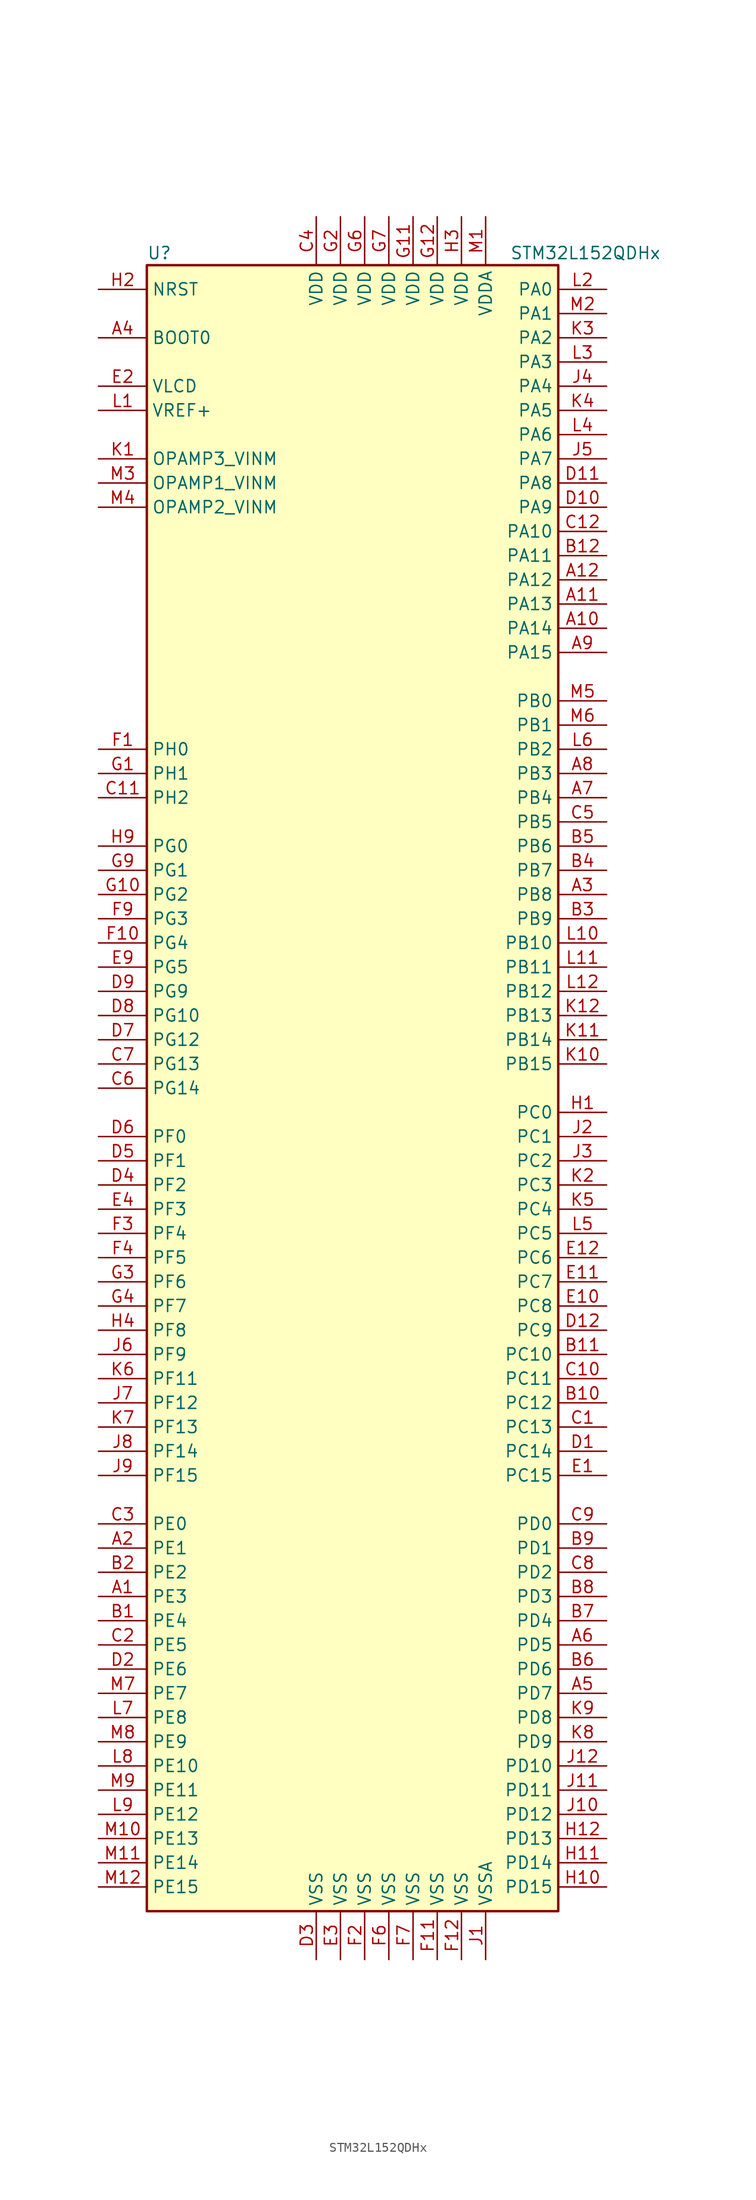
<source format=kicad_sym>
(kicad_symbol_lib
  (version 20201005)
  (generator kicad_symbol_editor)
  (symbol "STM32L152QDHx"
    (property "Reference" "U"
      (at -22.86 87.63 0)
      (effects (font (size 1.27 1.27)) (justify left)))
    (property "Value" "STM32L152QDHx"
      (at 15.24 87.63 0)
      (effects (font (size 1.27 1.27)) (justify left)))
    (symbol "STM32L152QDHx_0_1"
      (rectangle (start -22.86 -86.36) (end 20.32 86.36) (stroke (width 0.254)) (fill (type background))))
    (symbol "STM32L152QDHx_1_1"
      (pin input line (at -27.94 78.74 0) (length 5.08) (name "BOOT0" (effects (font (size 1.27 1.27)))) (number "A4" (effects (font (size 1.27 1.27)))))
      (pin input line (at -27.94 83.82 0) (length 5.08) (name "NRST" (effects (font (size 1.27 1.27)))) (number "H2" (effects (font (size 1.27 1.27)))))
      (pin bidirectional line (at -27.94 63.5 0) (length 5.08) (name "OPAMP1_VINM" (effects (font (size 1.27 1.27)))) (number "M3" (effects (font (size 1.27 1.27)))))
      (pin bidirectional line (at -27.94 60.96 0) (length 5.08) (name "OPAMP2_VINM" (effects (font (size 1.27 1.27)))) (number "M4" (effects (font (size 1.27 1.27)))))
      (pin bidirectional line (at -27.94 66.04 0) (length 5.08) (name "OPAMP3_VINM" (effects (font (size 1.27 1.27)))) (number "K1" (effects (font (size 1.27 1.27)))))
      (pin bidirectional line (at 25.4 83.82 180) (length 5.08) (name "PA0" (effects (font (size 1.27 1.27)))) (number "L2" (effects (font (size 1.27 1.27)))))
      (pin bidirectional line (at 25.4 81.28 180) (length 5.08) (name "PA1" (effects (font (size 1.27 1.27)))) (number "M2" (effects (font (size 1.27 1.27)))))
      (pin bidirectional line (at 25.4 58.42 180) (length 5.08) (name "PA10" (effects (font (size 1.27 1.27)))) (number "C12" (effects (font (size 1.27 1.27)))))
      (pin bidirectional line (at 25.4 55.88 180) (length 5.08) (name "PA11" (effects (font (size 1.27 1.27)))) (number "B12" (effects (font (size 1.27 1.27)))))
      (pin bidirectional line (at 25.4 53.34 180) (length 5.08) (name "PA12" (effects (font (size 1.27 1.27)))) (number "A12" (effects (font (size 1.27 1.27)))))
      (pin bidirectional line (at 25.4 50.8 180) (length 5.08) (name "PA13" (effects (font (size 1.27 1.27)))) (number "A11" (effects (font (size 1.27 1.27)))))
      (pin bidirectional line (at 25.4 48.26 180) (length 5.08) (name "PA14" (effects (font (size 1.27 1.27)))) (number "A10" (effects (font (size 1.27 1.27)))))
      (pin bidirectional line (at 25.4 45.72 180) (length 5.08) (name "PA15" (effects (font (size 1.27 1.27)))) (number "A9" (effects (font (size 1.27 1.27)))))
      (pin bidirectional line (at 25.4 78.74 180) (length 5.08) (name "PA2" (effects (font (size 1.27 1.27)))) (number "K3" (effects (font (size 1.27 1.27)))))
      (pin bidirectional line (at 25.4 76.2 180) (length 5.08) (name "PA3" (effects (font (size 1.27 1.27)))) (number "L3" (effects (font (size 1.27 1.27)))))
      (pin bidirectional line (at 25.4 73.66 180) (length 5.08) (name "PA4" (effects (font (size 1.27 1.27)))) (number "J4" (effects (font (size 1.27 1.27)))))
      (pin bidirectional line (at 25.4 71.12 180) (length 5.08) (name "PA5" (effects (font (size 1.27 1.27)))) (number "K4" (effects (font (size 1.27 1.27)))))
      (pin bidirectional line (at 25.4 68.58 180) (length 5.08) (name "PA6" (effects (font (size 1.27 1.27)))) (number "L4" (effects (font (size 1.27 1.27)))))
      (pin bidirectional line (at 25.4 66.04 180) (length 5.08) (name "PA7" (effects (font (size 1.27 1.27)))) (number "J5" (effects (font (size 1.27 1.27)))))
      (pin bidirectional line (at 25.4 63.5 180) (length 5.08) (name "PA8" (effects (font (size 1.27 1.27)))) (number "D11" (effects (font (size 1.27 1.27)))))
      (pin bidirectional line (at 25.4 60.96 180) (length 5.08) (name "PA9" (effects (font (size 1.27 1.27)))) (number "D10" (effects (font (size 1.27 1.27)))))
      (pin bidirectional line (at 25.4 40.64 180) (length 5.08) (name "PB0" (effects (font (size 1.27 1.27)))) (number "M5" (effects (font (size 1.27 1.27)))))
      (pin bidirectional line (at 25.4 38.1 180) (length 5.08) (name "PB1" (effects (font (size 1.27 1.27)))) (number "M6" (effects (font (size 1.27 1.27)))))
      (pin bidirectional line (at 25.4 15.24 180) (length 5.08) (name "PB10" (effects (font (size 1.27 1.27)))) (number "L10" (effects (font (size 1.27 1.27)))))
      (pin bidirectional line (at 25.4 12.7 180) (length 5.08) (name "PB11" (effects (font (size 1.27 1.27)))) (number "L11" (effects (font (size 1.27 1.27)))))
      (pin bidirectional line (at 25.4 10.16 180) (length 5.08) (name "PB12" (effects (font (size 1.27 1.27)))) (number "L12" (effects (font (size 1.27 1.27)))))
      (pin bidirectional line (at 25.4 7.62 180) (length 5.08) (name "PB13" (effects (font (size 1.27 1.27)))) (number "K12" (effects (font (size 1.27 1.27)))))
      (pin bidirectional line (at 25.4 5.08 180) (length 5.08) (name "PB14" (effects (font (size 1.27 1.27)))) (number "K11" (effects (font (size 1.27 1.27)))))
      (pin bidirectional line (at 25.4 2.54 180) (length 5.08) (name "PB15" (effects (font (size 1.27 1.27)))) (number "K10" (effects (font (size 1.27 1.27)))))
      (pin bidirectional line (at 25.4 35.56 180) (length 5.08) (name "PB2" (effects (font (size 1.27 1.27)))) (number "L6" (effects (font (size 1.27 1.27)))))
      (pin bidirectional line (at 25.4 33.02 180) (length 5.08) (name "PB3" (effects (font (size 1.27 1.27)))) (number "A8" (effects (font (size 1.27 1.27)))))
      (pin bidirectional line (at 25.4 30.48 180) (length 5.08) (name "PB4" (effects (font (size 1.27 1.27)))) (number "A7" (effects (font (size 1.27 1.27)))))
      (pin bidirectional line (at 25.4 27.94 180) (length 5.08) (name "PB5" (effects (font (size 1.27 1.27)))) (number "C5" (effects (font (size 1.27 1.27)))))
      (pin bidirectional line (at 25.4 25.4 180) (length 5.08) (name "PB6" (effects (font (size 1.27 1.27)))) (number "B5" (effects (font (size 1.27 1.27)))))
      (pin bidirectional line (at 25.4 22.86 180) (length 5.08) (name "PB7" (effects (font (size 1.27 1.27)))) (number "B4" (effects (font (size 1.27 1.27)))))
      (pin bidirectional line (at 25.4 20.32 180) (length 5.08) (name "PB8" (effects (font (size 1.27 1.27)))) (number "A3" (effects (font (size 1.27 1.27)))))
      (pin bidirectional line (at 25.4 17.78 180) (length 5.08) (name "PB9" (effects (font (size 1.27 1.27)))) (number "B3" (effects (font (size 1.27 1.27)))))
      (pin bidirectional line (at 25.4 -2.54 180) (length 5.08) (name "PC0" (effects (font (size 1.27 1.27)))) (number "H1" (effects (font (size 1.27 1.27)))))
      (pin bidirectional line (at 25.4 -5.08 180) (length 5.08) (name "PC1" (effects (font (size 1.27 1.27)))) (number "J2" (effects (font (size 1.27 1.27)))))
      (pin bidirectional line (at 25.4 -27.94 180) (length 5.08) (name "PC10" (effects (font (size 1.27 1.27)))) (number "B11" (effects (font (size 1.27 1.27)))))
      (pin bidirectional line (at 25.4 -30.48 180) (length 5.08) (name "PC11" (effects (font (size 1.27 1.27)))) (number "C10" (effects (font (size 1.27 1.27)))))
      (pin bidirectional line (at 25.4 -33.02 180) (length 5.08) (name "PC12" (effects (font (size 1.27 1.27)))) (number "B10" (effects (font (size 1.27 1.27)))))
      (pin bidirectional line (at 25.4 -35.56 180) (length 5.08) (name "PC13" (effects (font (size 1.27 1.27)))) (number "C1" (effects (font (size 1.27 1.27)))))
      (pin bidirectional line (at 25.4 -38.1 180) (length 5.08) (name "PC14" (effects (font (size 1.27 1.27)))) (number "D1" (effects (font (size 1.27 1.27)))))
      (pin bidirectional line (at 25.4 -40.64 180) (length 5.08) (name "PC15" (effects (font (size 1.27 1.27)))) (number "E1" (effects (font (size 1.27 1.27)))))
      (pin bidirectional line (at 25.4 -7.62 180) (length 5.08) (name "PC2" (effects (font (size 1.27 1.27)))) (number "J3" (effects (font (size 1.27 1.27)))))
      (pin bidirectional line (at 25.4 -10.16 180) (length 5.08) (name "PC3" (effects (font (size 1.27 1.27)))) (number "K2" (effects (font (size 1.27 1.27)))))
      (pin bidirectional line (at 25.4 -12.7 180) (length 5.08) (name "PC4" (effects (font (size 1.27 1.27)))) (number "K5" (effects (font (size 1.27 1.27)))))
      (pin bidirectional line (at 25.4 -15.24 180) (length 5.08) (name "PC5" (effects (font (size 1.27 1.27)))) (number "L5" (effects (font (size 1.27 1.27)))))
      (pin bidirectional line (at 25.4 -17.78 180) (length 5.08) (name "PC6" (effects (font (size 1.27 1.27)))) (number "E12" (effects (font (size 1.27 1.27)))))
      (pin bidirectional line (at 25.4 -20.32 180) (length 5.08) (name "PC7" (effects (font (size 1.27 1.27)))) (number "E11" (effects (font (size 1.27 1.27)))))
      (pin bidirectional line (at 25.4 -22.86 180) (length 5.08) (name "PC8" (effects (font (size 1.27 1.27)))) (number "E10" (effects (font (size 1.27 1.27)))))
      (pin bidirectional line (at 25.4 -25.4 180) (length 5.08) (name "PC9" (effects (font (size 1.27 1.27)))) (number "D12" (effects (font (size 1.27 1.27)))))
      (pin bidirectional line (at 25.4 -45.72 180) (length 5.08) (name "PD0" (effects (font (size 1.27 1.27)))) (number "C9" (effects (font (size 1.27 1.27)))))
      (pin bidirectional line (at 25.4 -48.26 180) (length 5.08) (name "PD1" (effects (font (size 1.27 1.27)))) (number "B9" (effects (font (size 1.27 1.27)))))
      (pin bidirectional line (at 25.4 -71.12 180) (length 5.08) (name "PD10" (effects (font (size 1.27 1.27)))) (number "J12" (effects (font (size 1.27 1.27)))))
      (pin bidirectional line (at 25.4 -73.66 180) (length 5.08) (name "PD11" (effects (font (size 1.27 1.27)))) (number "J11" (effects (font (size 1.27 1.27)))))
      (pin bidirectional line (at 25.4 -76.2 180) (length 5.08) (name "PD12" (effects (font (size 1.27 1.27)))) (number "J10" (effects (font (size 1.27 1.27)))))
      (pin bidirectional line (at 25.4 -78.74 180) (length 5.08) (name "PD13" (effects (font (size 1.27 1.27)))) (number "H12" (effects (font (size 1.27 1.27)))))
      (pin bidirectional line (at 25.4 -81.28 180) (length 5.08) (name "PD14" (effects (font (size 1.27 1.27)))) (number "H11" (effects (font (size 1.27 1.27)))))
      (pin bidirectional line (at 25.4 -83.82 180) (length 5.08) (name "PD15" (effects (font (size 1.27 1.27)))) (number "H10" (effects (font (size 1.27 1.27)))))
      (pin bidirectional line (at 25.4 -50.8 180) (length 5.08) (name "PD2" (effects (font (size 1.27 1.27)))) (number "C8" (effects (font (size 1.27 1.27)))))
      (pin bidirectional line (at 25.4 -53.34 180) (length 5.08) (name "PD3" (effects (font (size 1.27 1.27)))) (number "B8" (effects (font (size 1.27 1.27)))))
      (pin bidirectional line (at 25.4 -55.88 180) (length 5.08) (name "PD4" (effects (font (size 1.27 1.27)))) (number "B7" (effects (font (size 1.27 1.27)))))
      (pin bidirectional line (at 25.4 -58.42 180) (length 5.08) (name "PD5" (effects (font (size 1.27 1.27)))) (number "A6" (effects (font (size 1.27 1.27)))))
      (pin bidirectional line (at 25.4 -60.96 180) (length 5.08) (name "PD6" (effects (font (size 1.27 1.27)))) (number "B6" (effects (font (size 1.27 1.27)))))
      (pin bidirectional line (at 25.4 -63.5 180) (length 5.08) (name "PD7" (effects (font (size 1.27 1.27)))) (number "A5" (effects (font (size 1.27 1.27)))))
      (pin bidirectional line (at 25.4 -66.04 180) (length 5.08) (name "PD8" (effects (font (size 1.27 1.27)))) (number "K9" (effects (font (size 1.27 1.27)))))
      (pin bidirectional line (at 25.4 -68.58 180) (length 5.08) (name "PD9" (effects (font (size 1.27 1.27)))) (number "K8" (effects (font (size 1.27 1.27)))))
      (pin bidirectional line (at -27.94 -45.72 0) (length 5.08) (name "PE0" (effects (font (size 1.27 1.27)))) (number "C3" (effects (font (size 1.27 1.27)))))
      (pin bidirectional line (at -27.94 -48.26 0) (length 5.08) (name "PE1" (effects (font (size 1.27 1.27)))) (number "A2" (effects (font (size 1.27 1.27)))))
      (pin bidirectional line (at -27.94 -71.12 0) (length 5.08) (name "PE10" (effects (font (size 1.27 1.27)))) (number "L8" (effects (font (size 1.27 1.27)))))
      (pin bidirectional line (at -27.94 -73.66 0) (length 5.08) (name "PE11" (effects (font (size 1.27 1.27)))) (number "M9" (effects (font (size 1.27 1.27)))))
      (pin bidirectional line (at -27.94 -76.2 0) (length 5.08) (name "PE12" (effects (font (size 1.27 1.27)))) (number "L9" (effects (font (size 1.27 1.27)))))
      (pin bidirectional line (at -27.94 -78.74 0) (length 5.08) (name "PE13" (effects (font (size 1.27 1.27)))) (number "M10" (effects (font (size 1.27 1.27)))))
      (pin bidirectional line (at -27.94 -81.28 0) (length 5.08) (name "PE14" (effects (font (size 1.27 1.27)))) (number "M11" (effects (font (size 1.27 1.27)))))
      (pin bidirectional line (at -27.94 -83.82 0) (length 5.08) (name "PE15" (effects (font (size 1.27 1.27)))) (number "M12" (effects (font (size 1.27 1.27)))))
      (pin bidirectional line (at -27.94 -50.8 0) (length 5.08) (name "PE2" (effects (font (size 1.27 1.27)))) (number "B2" (effects (font (size 1.27 1.27)))))
      (pin bidirectional line (at -27.94 -53.34 0) (length 5.08) (name "PE3" (effects (font (size 1.27 1.27)))) (number "A1" (effects (font (size 1.27 1.27)))))
      (pin bidirectional line (at -27.94 -55.88 0) (length 5.08) (name "PE4" (effects (font (size 1.27 1.27)))) (number "B1" (effects (font (size 1.27 1.27)))))
      (pin bidirectional line (at -27.94 -58.42 0) (length 5.08) (name "PE5" (effects (font (size 1.27 1.27)))) (number "C2" (effects (font (size 1.27 1.27)))))
      (pin bidirectional line (at -27.94 -60.96 0) (length 5.08) (name "PE6" (effects (font (size 1.27 1.27)))) (number "D2" (effects (font (size 1.27 1.27)))))
      (pin bidirectional line (at -27.94 -63.5 0) (length 5.08) (name "PE7" (effects (font (size 1.27 1.27)))) (number "M7" (effects (font (size 1.27 1.27)))))
      (pin bidirectional line (at -27.94 -66.04 0) (length 5.08) (name "PE8" (effects (font (size 1.27 1.27)))) (number "L7" (effects (font (size 1.27 1.27)))))
      (pin bidirectional line (at -27.94 -68.58 0) (length 5.08) (name "PE9" (effects (font (size 1.27 1.27)))) (number "M8" (effects (font (size 1.27 1.27)))))
      (pin bidirectional line (at -27.94 -5.08 0) (length 5.08) (name "PF0" (effects (font (size 1.27 1.27)))) (number "D6" (effects (font (size 1.27 1.27)))))
      (pin bidirectional line (at -27.94 -7.62 0) (length 5.08) (name "PF1" (effects (font (size 1.27 1.27)))) (number "D5" (effects (font (size 1.27 1.27)))))
      (pin bidirectional line (at -27.94 -30.48 0) (length 5.08) (name "PF11" (effects (font (size 1.27 1.27)))) (number "K6" (effects (font (size 1.27 1.27)))))
      (pin bidirectional line (at -27.94 -33.02 0) (length 5.08) (name "PF12" (effects (font (size 1.27 1.27)))) (number "J7" (effects (font (size 1.27 1.27)))))
      (pin bidirectional line (at -27.94 -35.56 0) (length 5.08) (name "PF13" (effects (font (size 1.27 1.27)))) (number "K7" (effects (font (size 1.27 1.27)))))
      (pin bidirectional line (at -27.94 -38.1 0) (length 5.08) (name "PF14" (effects (font (size 1.27 1.27)))) (number "J8" (effects (font (size 1.27 1.27)))))
      (pin bidirectional line (at -27.94 -40.64 0) (length 5.08) (name "PF15" (effects (font (size 1.27 1.27)))) (number "J9" (effects (font (size 1.27 1.27)))))
      (pin bidirectional line (at -27.94 -10.16 0) (length 5.08) (name "PF2" (effects (font (size 1.27 1.27)))) (number "D4" (effects (font (size 1.27 1.27)))))
      (pin bidirectional line (at -27.94 -12.7 0) (length 5.08) (name "PF3" (effects (font (size 1.27 1.27)))) (number "E4" (effects (font (size 1.27 1.27)))))
      (pin bidirectional line (at -27.94 -15.24 0) (length 5.08) (name "PF4" (effects (font (size 1.27 1.27)))) (number "F3" (effects (font (size 1.27 1.27)))))
      (pin bidirectional line (at -27.94 -17.78 0) (length 5.08) (name "PF5" (effects (font (size 1.27 1.27)))) (number "F4" (effects (font (size 1.27 1.27)))))
      (pin bidirectional line (at -27.94 -20.32 0) (length 5.08) (name "PF6" (effects (font (size 1.27 1.27)))) (number "G3" (effects (font (size 1.27 1.27)))))
      (pin bidirectional line (at -27.94 -22.86 0) (length 5.08) (name "PF7" (effects (font (size 1.27 1.27)))) (number "G4" (effects (font (size 1.27 1.27)))))
      (pin bidirectional line (at -27.94 -25.4 0) (length 5.08) (name "PF8" (effects (font (size 1.27 1.27)))) (number "H4" (effects (font (size 1.27 1.27)))))
      (pin bidirectional line (at -27.94 -27.94 0) (length 5.08) (name "PF9" (effects (font (size 1.27 1.27)))) (number "J6" (effects (font (size 1.27 1.27)))))
      (pin bidirectional line (at -27.94 25.4 0) (length 5.08) (name "PG0" (effects (font (size 1.27 1.27)))) (number "H9" (effects (font (size 1.27 1.27)))))
      (pin bidirectional line (at -27.94 22.86 0) (length 5.08) (name "PG1" (effects (font (size 1.27 1.27)))) (number "G9" (effects (font (size 1.27 1.27)))))
      (pin bidirectional line (at -27.94 7.62 0) (length 5.08) (name "PG10" (effects (font (size 1.27 1.27)))) (number "D8" (effects (font (size 1.27 1.27)))))
      (pin bidirectional line (at -27.94 5.08 0) (length 5.08) (name "PG12" (effects (font (size 1.27 1.27)))) (number "D7" (effects (font (size 1.27 1.27)))))
      (pin bidirectional line (at -27.94 2.54 0) (length 5.08) (name "PG13" (effects (font (size 1.27 1.27)))) (number "C7" (effects (font (size 1.27 1.27)))))
      (pin bidirectional line (at -27.94 0 0) (length 5.08) (name "PG14" (effects (font (size 1.27 1.27)))) (number "C6" (effects (font (size 1.27 1.27)))))
      (pin bidirectional line (at -27.94 20.32 0) (length 5.08) (name "PG2" (effects (font (size 1.27 1.27)))) (number "G10" (effects (font (size 1.27 1.27)))))
      (pin bidirectional line (at -27.94 17.78 0) (length 5.08) (name "PG3" (effects (font (size 1.27 1.27)))) (number "F9" (effects (font (size 1.27 1.27)))))
      (pin bidirectional line (at -27.94 15.24 0) (length 5.08) (name "PG4" (effects (font (size 1.27 1.27)))) (number "F10" (effects (font (size 1.27 1.27)))))
      (pin bidirectional line (at -27.94 12.7 0) (length 5.08) (name "PG5" (effects (font (size 1.27 1.27)))) (number "E9" (effects (font (size 1.27 1.27)))))
      (pin bidirectional line (at -27.94 10.16 0) (length 5.08) (name "PG9" (effects (font (size 1.27 1.27)))) (number "D9" (effects (font (size 1.27 1.27)))))
      (pin input line (at -27.94 35.56 0) (length 5.08) (name "PH0" (effects (font (size 1.27 1.27)))) (number "F1" (effects (font (size 1.27 1.27)))))
      (pin input line (at -27.94 33.02 0) (length 5.08) (name "PH1" (effects (font (size 1.27 1.27)))) (number "G1" (effects (font (size 1.27 1.27)))))
      (pin bidirectional line (at -27.94 30.48 0) (length 5.08) (name "PH2" (effects (font (size 1.27 1.27)))) (number "C11" (effects (font (size 1.27 1.27)))))
      (pin power_in line (at -5.08 91.44 270) (length 5.08) (name "VDD" (effects (font (size 1.27 1.27)))) (number "C4" (effects (font (size 1.27 1.27)))))
      (pin power_in line (at 5.08 91.44 270) (length 5.08) (name "VDD" (effects (font (size 1.27 1.27)))) (number "G11" (effects (font (size 1.27 1.27)))))
      (pin power_in line (at 7.62 91.44 270) (length 5.08) (name "VDD" (effects (font (size 1.27 1.27)))) (number "G12" (effects (font (size 1.27 1.27)))))
      (pin power_in line (at -2.54 91.44 270) (length 5.08) (name "VDD" (effects (font (size 1.27 1.27)))) (number "G2" (effects (font (size 1.27 1.27)))))
      (pin power_in line (at 0 91.44 270) (length 5.08) (name "VDD" (effects (font (size 1.27 1.27)))) (number "G6" (effects (font (size 1.27 1.27)))))
      (pin power_in line (at 2.54 91.44 270) (length 5.08) (name "VDD" (effects (font (size 1.27 1.27)))) (number "G7" (effects (font (size 1.27 1.27)))))
      (pin power_in line (at 10.16 91.44 270) (length 5.08) (name "VDD" (effects (font (size 1.27 1.27)))) (number "H3" (effects (font (size 1.27 1.27)))))
      (pin power_in line (at 12.7 91.44 270) (length 5.08) (name "VDDA" (effects (font (size 1.27 1.27)))) (number "M1" (effects (font (size 1.27 1.27)))))
      (pin power_in line (at -27.94 73.66 0) (length 5.08) (name "VLCD" (effects (font (size 1.27 1.27)))) (number "E2" (effects (font (size 1.27 1.27)))))
      (pin power_in line (at -27.94 71.12 0) (length 5.08) (name "VREF+" (effects (font (size 1.27 1.27)))) (number "L1" (effects (font (size 1.27 1.27)))))
      (pin power_in line (at -5.08 -91.44 90) (length 5.08) (name "VSS" (effects (font (size 1.27 1.27)))) (number "D3" (effects (font (size 1.27 1.27)))))
      (pin power_in line (at -2.54 -91.44 90) (length 5.08) (name "VSS" (effects (font (size 1.27 1.27)))) (number "E3" (effects (font (size 1.27 1.27)))))
      (pin power_in line (at 7.62 -91.44 90) (length 5.08) (name "VSS" (effects (font (size 1.27 1.27)))) (number "F11" (effects (font (size 1.27 1.27)))))
      (pin power_in line (at 10.16 -91.44 90) (length 5.08) (name "VSS" (effects (font (size 1.27 1.27)))) (number "F12" (effects (font (size 1.27 1.27)))))
      (pin power_in line (at 0 -91.44 90) (length 5.08) (name "VSS" (effects (font (size 1.27 1.27)))) (number "F2" (effects (font (size 1.27 1.27)))))
      (pin power_in line (at 2.54 -91.44 90) (length 5.08) (name "VSS" (effects (font (size 1.27 1.27)))) (number "F6" (effects (font (size 1.27 1.27)))))
      (pin power_in line (at 5.08 -91.44 90) (length 5.08) (name "VSS" (effects (font (size 1.27 1.27)))) (number "F7" (effects (font (size 1.27 1.27)))))
      (pin power_in line (at 12.7 -91.44 90) (length 5.08) (name "VSSA" (effects (font (size 1.27 1.27)))) (number "J1" (effects (font (size 1.27 1.27))))))))
</source>
